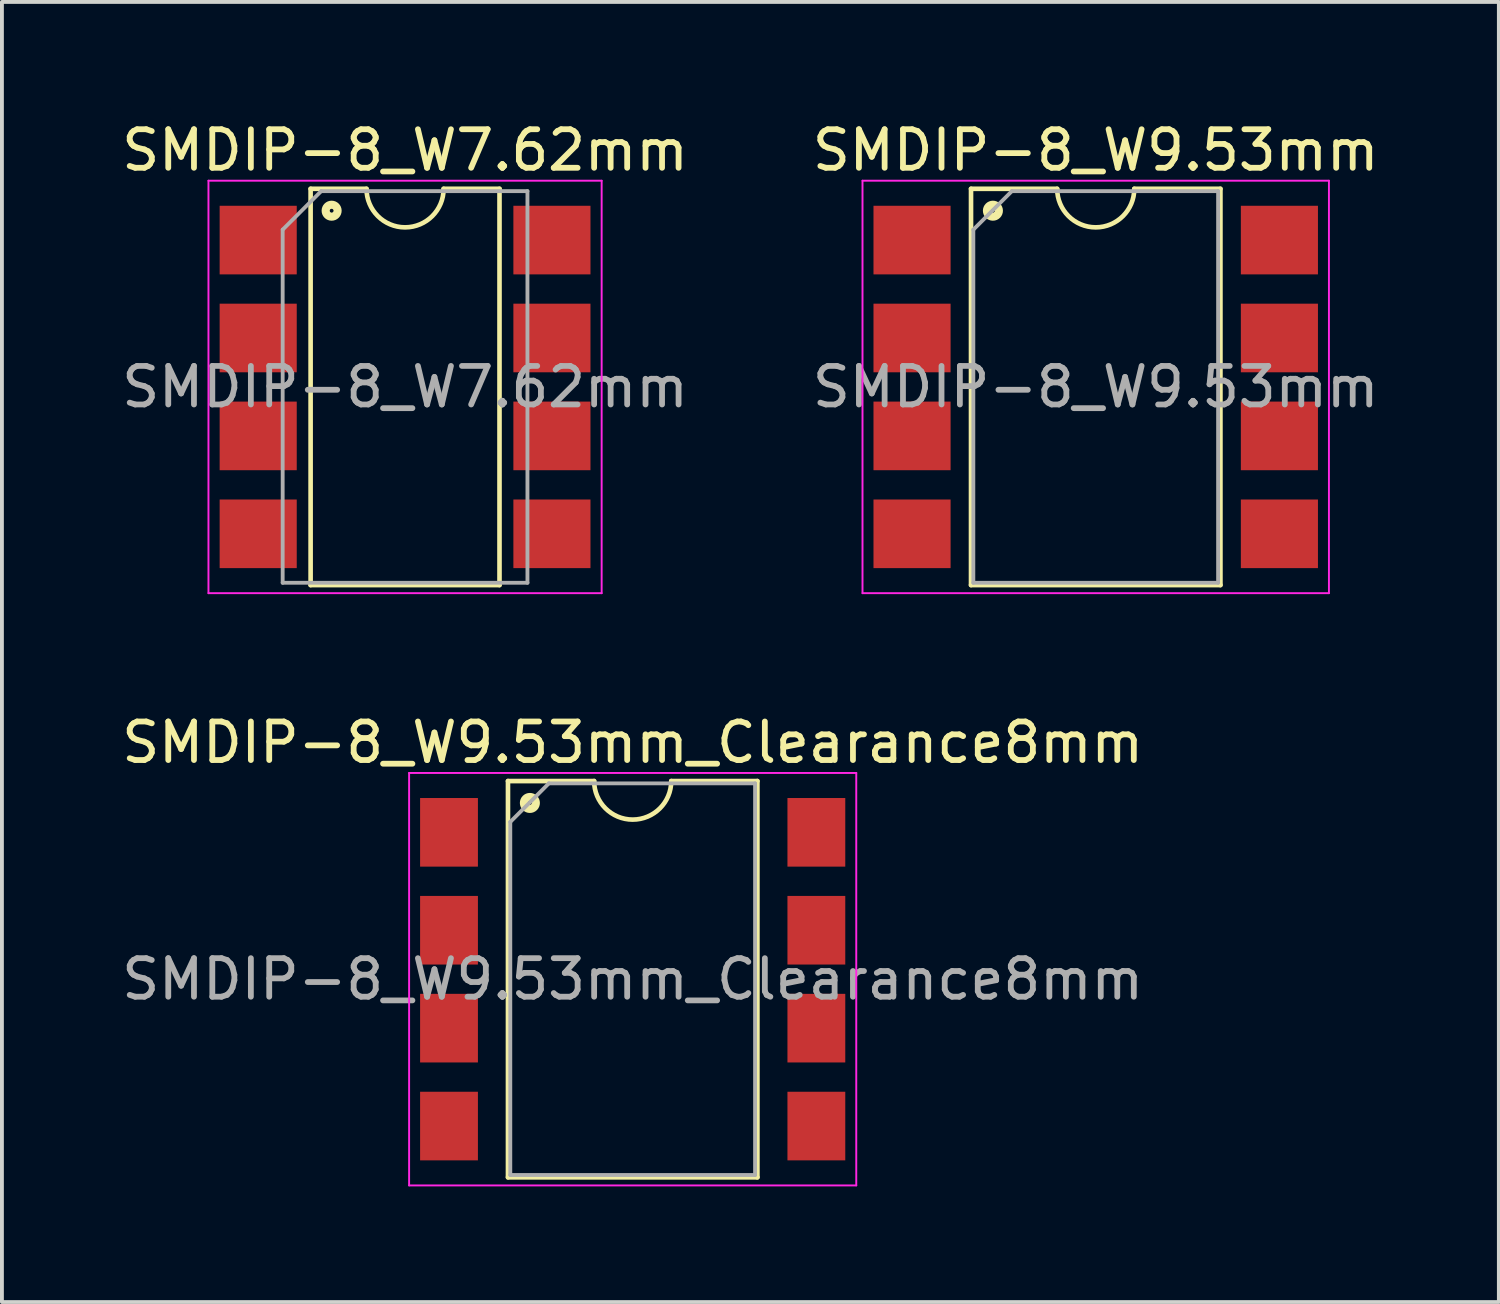
<source format=kicad_pcb>
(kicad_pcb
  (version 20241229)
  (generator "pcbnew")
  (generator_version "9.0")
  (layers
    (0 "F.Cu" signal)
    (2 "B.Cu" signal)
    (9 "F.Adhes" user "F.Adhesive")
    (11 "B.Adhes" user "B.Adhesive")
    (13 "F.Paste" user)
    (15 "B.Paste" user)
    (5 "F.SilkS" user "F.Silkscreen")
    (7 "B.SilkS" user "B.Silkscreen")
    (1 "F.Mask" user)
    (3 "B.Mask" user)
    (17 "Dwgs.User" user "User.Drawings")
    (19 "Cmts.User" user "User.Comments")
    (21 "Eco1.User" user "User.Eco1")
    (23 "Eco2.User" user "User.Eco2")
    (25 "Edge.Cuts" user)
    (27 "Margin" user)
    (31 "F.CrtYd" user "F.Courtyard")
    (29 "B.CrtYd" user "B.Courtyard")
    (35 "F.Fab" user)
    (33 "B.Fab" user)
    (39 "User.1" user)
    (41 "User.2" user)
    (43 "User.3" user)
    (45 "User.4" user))
  (footprint "SMDIP-8_W9.53mm_Clearance8mm"
    (layer "F.Cu")
    (at 13.363 22.352)
    (property "Reference" "SMDIP-8_W9.53mm_Clearance8mm" (at 0 -6.14 0) (layer "F.SilkS") (effects (font (size 1 1) (thickness 0.15))))
    (attr smd)
    (fp_line (start -3.235 -5.14) (end -3.235 5.14) (stroke (width 0.12) (type solid)) (layer "F.SilkS"))
    (fp_line (start -3.235 5.14) (end 3.235 5.14) (stroke (width 0.12) (type solid)) (layer "F.SilkS"))
    (fp_line (start -1 -5.14) (end -3.235 -5.14) (stroke (width 0.12) (type solid)) (layer "F.SilkS"))
    (fp_line (start 3.235 -5.14) (end 1 -5.14) (stroke (width 0.12) (type solid)) (layer "F.SilkS"))
    (fp_line (start 3.235 5.14) (end 3.235 -5.14) (stroke (width 0.12) (type solid)) (layer "F.SilkS"))
    (fp_arc (start 1 -5.14) (mid 0 -4.14) (end -1 -5.14) (stroke (width 0.12) (type solid)) (layer "F.SilkS"))
    (fp_circle (center -2.667 -4.572) (end -2.617 -4.572) (stroke (width 0.12) (type solid)) (fill no) (layer "F.SilkS"))
    (fp_circle (center -2.667 -4.572) (end -2.542 -4.572) (stroke (width 0.12) (type solid)) (fill no) (layer "F.SilkS"))
    (fp_circle (center -2.667 -4.572) (end -2.467 -4.572) (stroke (width 0.12) (type solid)) (fill no) (layer "F.SilkS"))
    (fp_line (start -5.8 -5.35) (end -5.8 5.35) (stroke (width 0.05) (type solid)) (layer "F.CrtYd"))
    (fp_line (start -5.8 5.35) (end 5.8 5.35) (stroke (width 0.05) (type solid)) (layer "F.CrtYd"))
    (fp_line (start 5.8 -5.35) (end -5.8 -5.35) (stroke (width 0.05) (type solid)) (layer "F.CrtYd"))
    (fp_line (start 5.8 5.35) (end 5.8 -5.35) (stroke (width 0.05) (type solid)) (layer "F.CrtYd"))
    (fp_line (start -3.175 -4.08) (end -2.175 -5.08) (stroke (width 0.1) (type solid)) (layer "F.Fab"))
    (fp_line (start -3.175 5.08) (end -3.175 -4.08) (stroke (width 0.1) (type solid)) (layer "F.Fab"))
    (fp_line (start -2.175 -5.08) (end 3.175 -5.08) (stroke (width 0.1) (type solid)) (layer "F.Fab"))
    (fp_line (start 3.175 -5.08) (end 3.175 5.08) (stroke (width 0.1) (type solid)) (layer "F.Fab"))
    (fp_line (start 3.175 5.08) (end -3.175 5.08) (stroke (width 0.1) (type solid)) (layer "F.Fab"))
    (fp_text user "${REFERENCE}" (at 0 0 0) (layer "F.Fab") (effects (font (size 1 1) (thickness 0.15))))
    (pad "1" smd rect (at -4.765 -3.81) (size 1.5 1.78) (layers "F.Cu" "F.Mask" "F.Paste"))
    (pad "2" smd rect (at -4.765 -1.27) (size 1.5 1.78) (layers "F.Cu" "F.Mask" "F.Paste"))
    (pad "3" smd rect (at -4.765 1.27) (size 1.5 1.78) (layers "F.Cu" "F.Mask" "F.Paste"))
    (pad "4" smd rect (at -4.765 3.81) (size 1.5 1.78) (layers "F.Cu" "F.Mask" "F.Paste"))
    (pad "5" smd rect (at 4.765 3.81) (size 1.5 1.78) (layers "F.Cu" "F.Mask" "F.Paste"))
    (pad "6" smd rect (at 4.765 1.27) (size 1.5 1.78) (layers "F.Cu" "F.Mask" "F.Paste"))
    (pad "7" smd rect (at 4.765 -1.27) (size 1.5 1.78) (layers "F.Cu" "F.Mask" "F.Paste"))
    (pad "8" smd rect (at 4.765 -3.81) (size 1.5 1.78) (layers "F.Cu" "F.Mask" "F.Paste")))
  (footprint "SMDIP-8_W9.53mm"
    (layer "F.Cu")
    (at 25.375 6.988)
    (property "Reference" "SMDIP-8_W9.53mm" (at 0 -6.14 0) (layer "F.SilkS") (effects (font (size 1 1) (thickness 0.15))))
    (attr smd)
    (fp_line (start -3.235 -5.14) (end -3.235 5.14) (stroke (width 0.12) (type solid)) (layer "F.SilkS"))
    (fp_line (start -3.235 5.14) (end 3.235 5.14) (stroke (width 0.12) (type solid)) (layer "F.SilkS"))
    (fp_line (start -1 -5.14) (end -3.235 -5.14) (stroke (width 0.12) (type solid)) (layer "F.SilkS"))
    (fp_line (start 3.235 -5.14) (end 1 -5.14) (stroke (width 0.12) (type solid)) (layer "F.SilkS"))
    (fp_line (start 3.235 5.14) (end 3.235 -5.14) (stroke (width 0.12) (type solid)) (layer "F.SilkS"))
    (fp_arc (start 1 -5.14) (mid 0 -4.14) (end -1 -5.14) (stroke (width 0.12) (type solid)) (layer "F.SilkS"))
    (fp_circle (center -2.667 -4.572) (end -2.617 -4.572) (stroke (width 0.12) (type solid)) (fill no) (layer "F.SilkS"))
    (fp_circle (center -2.667 -4.572) (end -2.542 -4.572) (stroke (width 0.12) (type solid)) (fill no) (layer "F.SilkS"))
    (fp_circle (center -2.667 -4.572) (end -2.467 -4.572) (stroke (width 0.12) (type solid)) (fill no) (layer "F.SilkS"))
    (fp_line (start -6.05 -5.35) (end -6.05 5.35) (stroke (width 0.05) (type solid)) (layer "F.CrtYd"))
    (fp_line (start -6.05 5.35) (end 6.05 5.35) (stroke (width 0.05) (type solid)) (layer "F.CrtYd"))
    (fp_line (start 6.05 -5.35) (end -6.05 -5.35) (stroke (width 0.05) (type solid)) (layer "F.CrtYd"))
    (fp_line (start 6.05 5.35) (end 6.05 -5.35) (stroke (width 0.05) (type solid)) (layer "F.CrtYd"))
    (fp_line (start -3.175 -4.08) (end -2.175 -5.08) (stroke (width 0.1) (type solid)) (layer "F.Fab"))
    (fp_line (start -3.175 5.08) (end -3.175 -4.08) (stroke (width 0.1) (type solid)) (layer "F.Fab"))
    (fp_line (start -2.175 -5.08) (end 3.175 -5.08) (stroke (width 0.1) (type solid)) (layer "F.Fab"))
    (fp_line (start 3.175 -5.08) (end 3.175 5.08) (stroke (width 0.1) (type solid)) (layer "F.Fab"))
    (fp_line (start 3.175 5.08) (end -3.175 5.08) (stroke (width 0.1) (type solid)) (layer "F.Fab"))
    (fp_text user "${REFERENCE}" (at 0 0 0) (layer "F.Fab") (effects (font (size 1 1) (thickness 0.15))))
    (pad "1" smd rect (at -4.765 -3.81) (size 2 1.78) (layers "F.Cu" "F.Mask" "F.Paste"))
    (pad "2" smd rect (at -4.765 -1.27) (size 2 1.78) (layers "F.Cu" "F.Mask" "F.Paste"))
    (pad "3" smd rect (at -4.765 1.27) (size 2 1.78) (layers "F.Cu" "F.Mask" "F.Paste"))
    (pad "4" smd rect (at -4.765 3.81) (size 2 1.78) (layers "F.Cu" "F.Mask" "F.Paste"))
    (pad "5" smd rect (at 4.765 3.81) (size 2 1.78) (layers "F.Cu" "F.Mask" "F.Paste"))
    (pad "6" smd rect (at 4.765 1.27) (size 2 1.78) (layers "F.Cu" "F.Mask" "F.Paste"))
    (pad "7" smd rect (at 4.765 -1.27) (size 2 1.78) (layers "F.Cu" "F.Mask" "F.Paste"))
    (pad "8" smd rect (at 4.765 -3.81) (size 2 1.78) (layers "F.Cu" "F.Mask" "F.Paste")))
  (footprint "SMDIP-8_W7.62mm"
    (layer "F.Cu")
    (at 7.458 6.988)
    (property "Reference" "SMDIP-8_W7.62mm" (at 0 -6.14 0) (layer "F.SilkS") (effects (font (size 1 1) (thickness 0.15))))
    (attr smd)
    (fp_line (start -2.45 -5.14) (end -2.45 5.14) (stroke (width 0.12) (type solid)) (layer "F.SilkS"))
    (fp_line (start -2.45 5.14) (end 2.45 5.14) (stroke (width 0.12) (type solid)) (layer "F.SilkS"))
    (fp_line (start -1 -5.14) (end -2.45 -5.14) (stroke (width 0.12) (type solid)) (layer "F.SilkS"))
    (fp_line (start 2.45 -5.14) (end 1 -5.14) (stroke (width 0.12) (type solid)) (layer "F.SilkS"))
    (fp_line (start 2.45 5.14) (end 2.45 -5.14) (stroke (width 0.12) (type solid)) (layer "F.SilkS"))
    (fp_arc (start 1 -5.14) (mid 0 -4.14) (end -1 -5.14) (stroke (width 0.12) (type solid)) (layer "F.SilkS"))
    (fp_circle (center -1.905 -4.572) (end -1.855 -4.572) (stroke (width 0.12) (type solid)) (fill no) (layer "F.SilkS"))
    (fp_circle (center -1.905 -4.572) (end -1.78 -4.572) (stroke (width 0.12) (type solid)) (fill no) (layer "F.SilkS"))
    (fp_circle (center -1.905 -4.572) (end -1.705 -4.572) (stroke (width 0.12) (type solid)) (fill no) (layer "F.SilkS"))
    (fp_line (start -5.1 -5.35) (end -5.1 5.35) (stroke (width 0.05) (type solid)) (layer "F.CrtYd"))
    (fp_line (start -5.1 5.35) (end 5.1 5.35) (stroke (width 0.05) (type solid)) (layer "F.CrtYd"))
    (fp_line (start 5.1 -5.35) (end -5.1 -5.35) (stroke (width 0.05) (type solid)) (layer "F.CrtYd"))
    (fp_line (start 5.1 5.35) (end 5.1 -5.35) (stroke (width 0.05) (type solid)) (layer "F.CrtYd"))
    (fp_line (start -3.175 -4.08) (end -2.175 -5.08) (stroke (width 0.1) (type solid)) (layer "F.Fab"))
    (fp_line (start -3.175 5.08) (end -3.175 -4.08) (stroke (width 0.1) (type solid)) (layer "F.Fab"))
    (fp_line (start -2.175 -5.08) (end 3.175 -5.08) (stroke (width 0.1) (type solid)) (layer "F.Fab"))
    (fp_line (start 3.175 -5.08) (end 3.175 5.08) (stroke (width 0.1) (type solid)) (layer "F.Fab"))
    (fp_line (start 3.175 5.08) (end -3.175 5.08) (stroke (width 0.1) (type solid)) (layer "F.Fab"))
    (fp_text user "${REFERENCE}" (at 0 0 0) (layer "F.Fab") (effects (font (size 1 1) (thickness 0.15))))
    (pad "1" smd rect (at -3.81 -3.81) (size 2 1.78) (layers "F.Cu" "F.Mask" "F.Paste"))
    (pad "2" smd rect (at -3.81 -1.27) (size 2 1.78) (layers "F.Cu" "F.Mask" "F.Paste"))
    (pad "3" smd rect (at -3.81 1.27) (size 2 1.78) (layers "F.Cu" "F.Mask" "F.Paste"))
    (pad "4" smd rect (at -3.81 3.81) (size 2 1.78) (layers "F.Cu" "F.Mask" "F.Paste"))
    (pad "5" smd rect (at 3.81 3.81) (size 2 1.78) (layers "F.Cu" "F.Mask" "F.Paste"))
    (pad "6" smd rect (at 3.81 1.27) (size 2 1.78) (layers "F.Cu" "F.Mask" "F.Paste"))
    (pad "7" smd rect (at 3.81 -1.27) (size 2 1.78) (layers "F.Cu" "F.Mask" "F.Paste"))
    (pad "8" smd rect (at 3.81 -3.81) (size 2 1.78) (layers "F.Cu" "F.Mask" "F.Paste")))
  (gr_rect
    (start -3 -3)
    (end 35.833 30.727)
    (stroke (width 0.1) (type default))
    (fill no)
    (layer "Edge.Cuts")))
</source>
